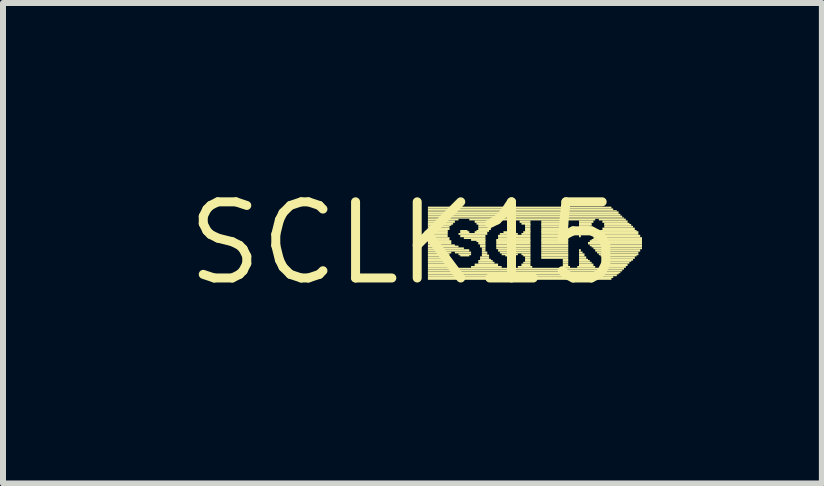
<source format=kicad_pcb>
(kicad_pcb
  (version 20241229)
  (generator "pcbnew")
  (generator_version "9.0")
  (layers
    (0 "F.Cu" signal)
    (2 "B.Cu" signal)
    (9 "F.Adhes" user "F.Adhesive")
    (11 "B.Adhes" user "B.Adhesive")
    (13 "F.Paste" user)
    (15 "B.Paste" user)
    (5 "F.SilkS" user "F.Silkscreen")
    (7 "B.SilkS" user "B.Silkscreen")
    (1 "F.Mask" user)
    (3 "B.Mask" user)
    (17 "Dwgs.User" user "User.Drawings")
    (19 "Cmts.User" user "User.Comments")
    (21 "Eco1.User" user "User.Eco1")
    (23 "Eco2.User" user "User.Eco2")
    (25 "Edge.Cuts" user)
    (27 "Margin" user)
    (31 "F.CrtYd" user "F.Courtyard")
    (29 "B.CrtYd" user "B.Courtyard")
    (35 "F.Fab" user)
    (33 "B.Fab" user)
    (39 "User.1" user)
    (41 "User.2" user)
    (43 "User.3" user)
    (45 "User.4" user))
  (footprint "SCLK15"
    (layer "F.Cu")
    (at 3.696 1.006)
    (property "Reference" "SCLK15" (at 0 0 0) (layer "F.SilkS") (effects (font (size 1.27 1.27) (thickness 0.15))))
    (fp_poly (pts (xy 0.39 -0.58) (xy 3.45 -0.58) (xy 3.45 -0.61) (xy 0.39 -0.61)) (stroke (width 0) (type solid)) (fill yes) (layer "F.SilkS"))
    (fp_poly (pts (xy 0.39 -0.55) (xy 3.48 -0.55) (xy 3.48 -0.58) (xy 0.39 -0.58)) (stroke (width 0) (type solid)) (fill yes) (layer "F.SilkS"))
    (fp_poly (pts (xy 0.39 -0.53) (xy 3.54 -0.53) (xy 3.54 -0.55) (xy 0.39 -0.55)) (stroke (width 0) (type solid)) (fill yes) (layer "F.SilkS"))
    (fp_poly (pts (xy 0.39 -0.49) (xy 3.57 -0.49) (xy 3.57 -0.53) (xy 0.39 -0.53)) (stroke (width 0) (type solid)) (fill yes) (layer "F.SilkS"))
    (fp_poly (pts (xy 0.39 -0.46) (xy 3.6 -0.46) (xy 3.6 -0.49) (xy 0.39 -0.49)) (stroke (width 0) (type solid)) (fill yes) (layer "F.SilkS"))
    (fp_poly (pts (xy 0.39 -0.43) (xy 3.63 -0.43) (xy 3.63 -0.46) (xy 0.39 -0.46)) (stroke (width 0) (type solid)) (fill yes) (layer "F.SilkS"))
    (fp_poly (pts (xy 0.39 -0.41) (xy 3.66 -0.41) (xy 3.66 -0.43) (xy 0.39 -0.43)) (stroke (width 0) (type solid)) (fill yes) (layer "F.SilkS"))
    (fp_poly (pts (xy 0.39 -0.38) (xy 0.9 -0.38) (xy 0.9 -0.41) (xy 0.39 -0.41)) (stroke (width 0) (type solid)) (fill yes) (layer "F.SilkS"))
    (fp_poly (pts (xy 0.39 -0.34) (xy 0.84 -0.34) (xy 0.84 -0.38) (xy 0.39 -0.38)) (stroke (width 0) (type solid)) (fill yes) (layer "F.SilkS"))
    (fp_poly (pts (xy 0.39 -0.31) (xy 0.81 -0.31) (xy 0.81 -0.34) (xy 0.39 -0.34)) (stroke (width 0) (type solid)) (fill yes) (layer "F.SilkS"))
    (fp_poly (pts (xy 0.39 -0.29) (xy 0.78 -0.29) (xy 0.78 -0.32) (xy 0.39 -0.32)) (stroke (width 0) (type solid)) (fill yes) (layer "F.SilkS"))
    (fp_poly (pts (xy 0.39 -0.26) (xy 0.75 -0.26) (xy 0.75 -0.29) (xy 0.39 -0.29)) (stroke (width 0) (type solid)) (fill yes) (layer "F.SilkS"))
    (fp_poly (pts (xy 0.39 -0.22) (xy 0.75 -0.22) (xy 0.75 -0.26) (xy 0.39 -0.26)) (stroke (width 0) (type solid)) (fill yes) (layer "F.SilkS"))
    (fp_poly (pts (xy 0.39 -0.19) (xy 0.72 -0.19) (xy 0.72 -0.22) (xy 0.39 -0.22)) (stroke (width 0) (type solid)) (fill yes) (layer "F.SilkS"))
    (fp_poly (pts (xy 0.39 -0.17) (xy 0.72 -0.17) (xy 0.72 -0.2) (xy 0.39 -0.2)) (stroke (width 0) (type solid)) (fill yes) (layer "F.SilkS"))
    (fp_poly (pts (xy 0.39 -0.14) (xy 0.72 -0.14) (xy 0.72 -0.17) (xy 0.39 -0.17)) (stroke (width 0) (type solid)) (fill yes) (layer "F.SilkS"))
    (fp_poly (pts (xy 0.39 -0.1) (xy 0.72 -0.1) (xy 0.72 -0.14) (xy 0.39 -0.14)) (stroke (width 0) (type solid)) (fill yes) (layer "F.SilkS"))
    (fp_poly (pts (xy 0.39 -0.07) (xy 0.75 -0.07) (xy 0.75 -0.1) (xy 0.39 -0.1)) (stroke (width 0) (type solid)) (fill yes) (layer "F.SilkS"))
    (fp_poly (pts (xy 0.39 -0.04) (xy 0.75 -0.04) (xy 0.75 -0.07) (xy 0.39 -0.07)) (stroke (width 0) (type solid)) (fill yes) (layer "F.SilkS"))
    (fp_poly (pts (xy 0.39 -0.02) (xy 0.78 -0.02) (xy 0.78 -0.05) (xy 0.39 -0.05)) (stroke (width 0) (type solid)) (fill yes) (layer "F.SilkS"))
    (fp_poly (pts (xy 0.39 0.02) (xy 0.78 0.02) (xy 0.78 -0.02) (xy 0.39 -0.02)) (stroke (width 0) (type solid)) (fill yes) (layer "F.SilkS"))
    (fp_poly (pts (xy 0.39 0.05) (xy 0.84 0.05) (xy 0.84 0.02) (xy 0.39 0.02)) (stroke (width 0) (type solid)) (fill yes) (layer "F.SilkS"))
    (fp_poly (pts (xy 0.39 0.07) (xy 0.9 0.07) (xy 0.9 0.04) (xy 0.39 0.04)) (stroke (width 0) (type solid)) (fill yes) (layer "F.SilkS"))
    (fp_poly (pts (xy 0.39 0.1) (xy 0.99 0.1) (xy 0.99 0.07) (xy 0.39 0.07)) (stroke (width 0) (type solid)) (fill yes) (layer "F.SilkS"))
    (fp_poly (pts (xy 0.39 0.14) (xy 1.08 0.14) (xy 1.08 0.1) (xy 0.39 0.1)) (stroke (width 0) (type solid)) (fill yes) (layer "F.SilkS"))
    (fp_poly (pts (xy 0.39 0.17) (xy 0.78 0.17) (xy 0.78 0.14) (xy 0.39 0.14)) (stroke (width 0) (type solid)) (fill yes) (layer "F.SilkS"))
    (fp_poly (pts (xy 0.39 0.2) (xy 0.75 0.2) (xy 0.75 0.17) (xy 0.39 0.17)) (stroke (width 0) (type solid)) (fill yes) (layer "F.SilkS"))
    (fp_poly (pts (xy 0.39 0.22) (xy 0.72 0.22) (xy 0.72 0.19) (xy 0.39 0.19)) (stroke (width 0) (type solid)) (fill yes) (layer "F.SilkS"))
    (fp_poly (pts (xy 0.39 0.26) (xy 0.72 0.26) (xy 0.72 0.22) (xy 0.39 0.22)) (stroke (width 0) (type solid)) (fill yes) (layer "F.SilkS"))
    (fp_poly (pts (xy 0.39 0.29) (xy 0.72 0.29) (xy 0.72 0.26) (xy 0.39 0.26)) (stroke (width 0) (type solid)) (fill yes) (layer "F.SilkS"))
    (fp_poly (pts (xy 0.39 0.31) (xy 0.75 0.31) (xy 0.75 0.28) (xy 0.39 0.28)) (stroke (width 0) (type solid)) (fill yes) (layer "F.SilkS"))
    (fp_poly (pts (xy 0.39 0.34) (xy 0.78 0.34) (xy 0.78 0.31) (xy 0.39 0.31)) (stroke (width 0) (type solid)) (fill yes) (layer "F.SilkS"))
    (fp_poly (pts (xy 0.39 0.38) (xy 0.81 0.38) (xy 0.81 0.34) (xy 0.39 0.34)) (stroke (width 0) (type solid)) (fill yes) (layer "F.SilkS"))
    (fp_poly (pts (xy 0.39 0.41) (xy 0.87 0.41) (xy 0.87 0.38) (xy 0.39 0.38)) (stroke (width 0) (type solid)) (fill yes) (layer "F.SilkS"))
    (fp_poly (pts (xy 0.39 0.44) (xy 3.66 0.44) (xy 3.66 0.41) (xy 0.39 0.41)) (stroke (width 0) (type solid)) (fill yes) (layer "F.SilkS"))
    (fp_poly (pts (xy 0.39 0.47) (xy 3.63 0.47) (xy 3.63 0.44) (xy 0.39 0.44)) (stroke (width 0) (type solid)) (fill yes) (layer "F.SilkS"))
    (fp_poly (pts (xy 0.39 0.5) (xy 3.6 0.5) (xy 3.6 0.47) (xy 0.39 0.47)) (stroke (width 0) (type solid)) (fill yes) (layer "F.SilkS"))
    (fp_poly (pts (xy 0.39 0.52) (xy 3.57 0.52) (xy 3.57 0.49) (xy 0.39 0.49)) (stroke (width 0) (type solid)) (fill yes) (layer "F.SilkS"))
    (fp_poly (pts (xy 0.39 0.55) (xy 3.54 0.55) (xy 3.54 0.52) (xy 0.39 0.52)) (stroke (width 0) (type solid)) (fill yes) (layer "F.SilkS"))
    (fp_poly (pts (xy 0.39 0.58) (xy 3.48 0.58) (xy 3.48 0.55) (xy 0.39 0.55)) (stroke (width 0) (type solid)) (fill yes) (layer "F.SilkS"))
    (fp_poly (pts (xy 0.39 0.61) (xy 3.45 0.61) (xy 3.45 0.58) (xy 0.39 0.58)) (stroke (width 0) (type solid)) (fill yes) (layer "F.SilkS"))
    (fp_poly (pts (xy 0.84 0.17) (xy 1.11 0.17) (xy 1.11 0.14) (xy 0.84 0.14)) (stroke (width 0) (type solid)) (fill yes) (layer "F.SilkS"))
    (fp_poly (pts (xy 0.9 -0.14) (xy 1.38 -0.14) (xy 1.38 -0.17) (xy 0.9 -0.17)) (stroke (width 0) (type solid)) (fill yes) (layer "F.SilkS"))
    (fp_poly (pts (xy 0.9 0.2) (xy 1.11 0.2) (xy 1.11 0.17) (xy 0.9 0.17)) (stroke (width 0) (type solid)) (fill yes) (layer "F.SilkS"))
    (fp_poly (pts (xy 0.93 -0.19) (xy 1.05 -0.19) (xy 1.05 -0.22) (xy 0.93 -0.22)) (stroke (width 0) (type solid)) (fill yes) (layer "F.SilkS"))
    (fp_poly (pts (xy 0.93 -0.17) (xy 1.08 -0.17) (xy 1.08 -0.2) (xy 0.93 -0.2)) (stroke (width 0) (type solid)) (fill yes) (layer "F.SilkS"))
    (fp_poly (pts (xy 0.93 -0.1) (xy 1.35 -0.1) (xy 1.35 -0.14) (xy 0.93 -0.14)) (stroke (width 0) (type solid)) (fill yes) (layer "F.SilkS"))
    (fp_poly (pts (xy 0.93 0.22) (xy 1.08 0.22) (xy 1.08 0.19) (xy 0.93 0.19)) (stroke (width 0) (type solid)) (fill yes) (layer "F.SilkS"))
    (fp_poly (pts (xy 0.99 -0.07) (xy 1.35 -0.07) (xy 1.35 -0.1) (xy 0.99 -0.1)) (stroke (width 0) (type solid)) (fill yes) (layer "F.SilkS"))
    (fp_poly (pts (xy 1.08 -0.38) (xy 1.71 -0.38) (xy 1.71 -0.41) (xy 1.08 -0.41)) (stroke (width 0) (type solid)) (fill yes) (layer "F.SilkS"))
    (fp_poly (pts (xy 1.11 -0.04) (xy 1.35 -0.04) (xy 1.35 -0.07) (xy 1.11 -0.07)) (stroke (width 0) (type solid)) (fill yes) (layer "F.SilkS"))
    (fp_poly (pts (xy 1.11 0.41) (xy 1.62 0.41) (xy 1.62 0.38) (xy 1.11 0.38)) (stroke (width 0) (type solid)) (fill yes) (layer "F.SilkS"))
    (fp_poly (pts (xy 1.17 -0.34) (xy 1.59 -0.34) (xy 1.59 -0.38) (xy 1.17 -0.38)) (stroke (width 0) (type solid)) (fill yes) (layer "F.SilkS"))
    (fp_poly (pts (xy 1.17 -0.17) (xy 1.38 -0.17) (xy 1.38 -0.2) (xy 1.17 -0.2)) (stroke (width 0) (type solid)) (fill yes) (layer "F.SilkS"))
    (fp_poly (pts (xy 1.17 0.38) (xy 1.56 0.38) (xy 1.56 0.34) (xy 1.17 0.34)) (stroke (width 0) (type solid)) (fill yes) (layer "F.SilkS"))
    (fp_poly (pts (xy 1.2 -0.31) (xy 1.53 -0.31) (xy 1.53 -0.34) (xy 1.2 -0.34)) (stroke (width 0) (type solid)) (fill yes) (layer "F.SilkS"))
    (fp_poly (pts (xy 1.2 -0.19) (xy 1.41 -0.19) (xy 1.41 -0.22) (xy 1.2 -0.22)) (stroke (width 0) (type solid)) (fill yes) (layer "F.SilkS"))
    (fp_poly (pts (xy 1.2 -0.02) (xy 1.35 -0.02) (xy 1.35 -0.05) (xy 1.2 -0.05)) (stroke (width 0) (type solid)) (fill yes) (layer "F.SilkS"))
    (fp_poly (pts (xy 1.23 -0.29) (xy 1.5 -0.29) (xy 1.5 -0.32) (xy 1.23 -0.32)) (stroke (width 0) (type solid)) (fill yes) (layer "F.SilkS"))
    (fp_poly (pts (xy 1.23 -0.26) (xy 1.44 -0.26) (xy 1.44 -0.29) (xy 1.23 -0.29)) (stroke (width 0) (type solid)) (fill yes) (layer "F.SilkS"))
    (fp_poly (pts (xy 1.23 -0.22) (xy 1.44 -0.22) (xy 1.44 -0.26) (xy 1.23 -0.26)) (stroke (width 0) (type solid)) (fill yes) (layer "F.SilkS"))
    (fp_poly (pts (xy 1.23 0.02) (xy 1.35 0.02) (xy 1.35 -0.02) (xy 1.23 -0.02)) (stroke (width 0) (type solid)) (fill yes) (layer "F.SilkS"))
    (fp_poly (pts (xy 1.23 0.31) (xy 1.47 0.31) (xy 1.47 0.28) (xy 1.23 0.28)) (stroke (width 0) (type solid)) (fill yes) (layer "F.SilkS"))
    (fp_poly (pts (xy 1.23 0.34) (xy 1.5 0.34) (xy 1.5 0.31) (xy 1.23 0.31)) (stroke (width 0) (type solid)) (fill yes) (layer "F.SilkS"))
    (fp_poly (pts (xy 1.26 0.05) (xy 1.35 0.05) (xy 1.35 0.02) (xy 1.26 0.02)) (stroke (width 0) (type solid)) (fill yes) (layer "F.SilkS"))
    (fp_poly (pts (xy 1.26 0.07) (xy 1.35 0.07) (xy 1.35 0.04) (xy 1.26 0.04)) (stroke (width 0) (type solid)) (fill yes) (layer "F.SilkS"))
    (fp_poly (pts (xy 1.26 0.26) (xy 1.41 0.26) (xy 1.41 0.22) (xy 1.26 0.22)) (stroke (width 0) (type solid)) (fill yes) (layer "F.SilkS"))
    (fp_poly (pts (xy 1.26 0.29) (xy 1.44 0.29) (xy 1.44 0.26) (xy 1.26 0.26)) (stroke (width 0) (type solid)) (fill yes) (layer "F.SilkS"))
    (fp_poly (pts (xy 1.29 0.1) (xy 1.35 0.1) (xy 1.35 0.07) (xy 1.29 0.07)) (stroke (width 0) (type solid)) (fill yes) (layer "F.SilkS"))
    (fp_poly (pts (xy 1.29 0.14) (xy 1.35 0.14) (xy 1.35 0.1) (xy 1.29 0.1)) (stroke (width 0) (type solid)) (fill yes) (layer "F.SilkS"))
    (fp_poly (pts (xy 1.29 0.17) (xy 1.38 0.17) (xy 1.38 0.14) (xy 1.29 0.14)) (stroke (width 0) (type solid)) (fill yes) (layer "F.SilkS"))
    (fp_poly (pts (xy 1.29 0.2) (xy 1.38 0.2) (xy 1.38 0.17) (xy 1.29 0.17)) (stroke (width 0) (type solid)) (fill yes) (layer "F.SilkS"))
    (fp_poly (pts (xy 1.29 0.22) (xy 1.41 0.22) (xy 1.41 0.19) (xy 1.29 0.19)) (stroke (width 0) (type solid)) (fill yes) (layer "F.SilkS"))
    (fp_poly (pts (xy 1.53 -0.04) (xy 2.1 -0.04) (xy 2.1 -0.07) (xy 1.53 -0.07)) (stroke (width 0) (type solid)) (fill yes) (layer "F.SilkS"))
    (fp_poly (pts (xy 1.53 -0.02) (xy 2.1 -0.02) (xy 2.1 -0.05) (xy 1.53 -0.05)) (stroke (width 0) (type solid)) (fill yes) (layer "F.SilkS"))
    (fp_poly (pts (xy 1.53 0.02) (xy 2.1 0.02) (xy 2.1 -0.02) (xy 1.53 -0.02)) (stroke (width 0) (type solid)) (fill yes) (layer "F.SilkS"))
    (fp_poly (pts (xy 1.53 0.05) (xy 2.1 0.05) (xy 2.1 0.02) (xy 1.53 0.02)) (stroke (width 0) (type solid)) (fill yes) (layer "F.SilkS"))
    (fp_poly (pts (xy 1.53 0.07) (xy 2.1 0.07) (xy 2.1 0.04) (xy 1.53 0.04)) (stroke (width 0) (type solid)) (fill yes) (layer "F.SilkS"))
    (fp_poly (pts (xy 1.53 0.1) (xy 2.1 0.1) (xy 2.1 0.07) (xy 1.53 0.07)) (stroke (width 0) (type solid)) (fill yes) (layer "F.SilkS"))
    (fp_poly (pts (xy 1.56 -0.1) (xy 2.1 -0.1) (xy 2.1 -0.14) (xy 1.56 -0.14)) (stroke (width 0) (type solid)) (fill yes) (layer "F.SilkS"))
    (fp_poly (pts (xy 1.56 -0.07) (xy 2.1 -0.07) (xy 2.1 -0.1) (xy 1.56 -0.1)) (stroke (width 0) (type solid)) (fill yes) (layer "F.SilkS"))
    (fp_poly (pts (xy 1.56 0.14) (xy 2.1 0.14) (xy 2.1 0.1) (xy 1.56 0.1)) (stroke (width 0) (type solid)) (fill yes) (layer "F.SilkS"))
    (fp_poly (pts (xy 1.59 -0.14) (xy 1.89 -0.14) (xy 1.89 -0.17) (xy 1.59 -0.17)) (stroke (width 0) (type solid)) (fill yes) (layer "F.SilkS"))
    (fp_poly (pts (xy 1.59 0.17) (xy 2.1 0.17) (xy 2.1 0.14) (xy 1.59 0.14)) (stroke (width 0) (type solid)) (fill yes) (layer "F.SilkS"))
    (fp_poly (pts (xy 1.62 0.2) (xy 1.89 0.2) (xy 1.89 0.17) (xy 1.62 0.17)) (stroke (width 0) (type solid)) (fill yes) (layer "F.SilkS"))
    (fp_poly (pts (xy 1.65 -0.17) (xy 1.86 -0.17) (xy 1.86 -0.2) (xy 1.65 -0.2)) (stroke (width 0) (type solid)) (fill yes) (layer "F.SilkS"))
    (fp_poly (pts (xy 1.68 0.22) (xy 1.83 0.22) (xy 1.83 0.19) (xy 1.68 0.19)) (stroke (width 0) (type solid)) (fill yes) (layer "F.SilkS"))
    (fp_poly (pts (xy 1.8 -0.38) (xy 3.18 -0.38) (xy 3.18 -0.41) (xy 1.8 -0.41)) (stroke (width 0) (type solid)) (fill yes) (layer "F.SilkS"))
    (fp_poly (pts (xy 1.89 0.41) (xy 2.13 0.41) (xy 2.13 0.38) (xy 1.89 0.38)) (stroke (width 0) (type solid)) (fill yes) (layer "F.SilkS"))
    (fp_poly (pts (xy 1.92 -0.34) (xy 2.1 -0.34) (xy 2.1 -0.38) (xy 1.92 -0.38)) (stroke (width 0) (type solid)) (fill yes) (layer "F.SilkS"))
    (fp_poly (pts (xy 1.95 -0.31) (xy 2.1 -0.31) (xy 2.1 -0.34) (xy 1.95 -0.34)) (stroke (width 0) (type solid)) (fill yes) (layer "F.SilkS"))
    (fp_poly (pts (xy 1.95 -0.14) (xy 2.1 -0.14) (xy 2.1 -0.17) (xy 1.95 -0.17)) (stroke (width 0) (type solid)) (fill yes) (layer "F.SilkS"))
    (fp_poly (pts (xy 1.95 0.2) (xy 2.1 0.2) (xy 2.1 0.17) (xy 1.95 0.17)) (stroke (width 0) (type solid)) (fill yes) (layer "F.SilkS"))
    (fp_poly (pts (xy 1.95 0.38) (xy 2.1 0.38) (xy 2.1 0.34) (xy 1.95 0.34)) (stroke (width 0) (type solid)) (fill yes) (layer "F.SilkS"))
    (fp_poly (pts (xy 1.98 -0.17) (xy 2.1 -0.17) (xy 2.1 -0.2) (xy 1.98 -0.2)) (stroke (width 0) (type solid)) (fill yes) (layer "F.SilkS"))
    (fp_poly (pts (xy 1.98 0.22) (xy 2.1 0.22) (xy 2.1 0.19) (xy 1.98 0.19)) (stroke (width 0) (type solid)) (fill yes) (layer "F.SilkS"))
    (fp_poly (pts (xy 1.98 0.34) (xy 2.1 0.34) (xy 2.1 0.31) (xy 1.98 0.31)) (stroke (width 0) (type solid)) (fill yes) (layer "F.SilkS"))
    (fp_poly (pts (xy 2.01 -0.29) (xy 2.1 -0.29) (xy 2.1 -0.32) (xy 2.01 -0.32)) (stroke (width 0) (type solid)) (fill yes) (layer "F.SilkS"))
    (fp_poly (pts (xy 2.01 -0.26) (xy 2.1 -0.26) (xy 2.1 -0.29) (xy 2.01 -0.29)) (stroke (width 0) (type solid)) (fill yes) (layer "F.SilkS"))
    (fp_poly (pts (xy 2.01 -0.22) (xy 2.1 -0.22) (xy 2.1 -0.26) (xy 2.01 -0.26)) (stroke (width 0) (type solid)) (fill yes) (layer "F.SilkS"))
    (fp_poly (pts (xy 2.01 -0.19) (xy 2.1 -0.19) (xy 2.1 -0.22) (xy 2.01 -0.22)) (stroke (width 0) (type solid)) (fill yes) (layer "F.SilkS"))
    (fp_poly (pts (xy 2.01 0.26) (xy 2.1 0.26) (xy 2.1 0.22) (xy 2.01 0.22)) (stroke (width 0) (type solid)) (fill yes) (layer "F.SilkS"))
    (fp_poly (pts (xy 2.01 0.29) (xy 2.1 0.29) (xy 2.1 0.26) (xy 2.01 0.26)) (stroke (width 0) (type solid)) (fill yes) (layer "F.SilkS"))
    (fp_poly (pts (xy 2.01 0.31) (xy 2.1 0.31) (xy 2.1 0.28) (xy 2.01 0.28)) (stroke (width 0) (type solid)) (fill yes) (layer "F.SilkS"))
    (fp_poly (pts (xy 2.28 -0.34) (xy 2.73 -0.34) (xy 2.73 -0.38) (xy 2.28 -0.38)) (stroke (width 0) (type solid)) (fill yes) (layer "F.SilkS"))
    (fp_poly (pts (xy 2.28 -0.31) (xy 2.73 -0.31) (xy 2.73 -0.34) (xy 2.28 -0.34)) (stroke (width 0) (type solid)) (fill yes) (layer "F.SilkS"))
    (fp_poly (pts (xy 2.28 -0.29) (xy 2.73 -0.29) (xy 2.73 -0.32) (xy 2.28 -0.32)) (stroke (width 0) (type solid)) (fill yes) (layer "F.SilkS"))
    (fp_poly (pts (xy 2.28 -0.26) (xy 2.73 -0.26) (xy 2.73 -0.29) (xy 2.28 -0.29)) (stroke (width 0) (type solid)) (fill yes) (layer "F.SilkS"))
    (fp_poly (pts (xy 2.28 -0.22) (xy 2.73 -0.22) (xy 2.73 -0.26) (xy 2.28 -0.26)) (stroke (width 0) (type solid)) (fill yes) (layer "F.SilkS"))
    (fp_poly (pts (xy 2.28 -0.19) (xy 2.73 -0.19) (xy 2.73 -0.22) (xy 2.28 -0.22)) (stroke (width 0) (type solid)) (fill yes) (layer "F.SilkS"))
    (fp_poly (pts (xy 2.28 -0.17) (xy 2.73 -0.17) (xy 2.73 -0.2) (xy 2.28 -0.2)) (stroke (width 0) (type solid)) (fill yes) (layer "F.SilkS"))
    (fp_poly (pts (xy 2.28 -0.14) (xy 2.73 -0.14) (xy 2.73 -0.17) (xy 2.28 -0.17)) (stroke (width 0) (type solid)) (fill yes) (layer "F.SilkS"))
    (fp_poly (pts (xy 2.28 -0.1) (xy 2.73 -0.1) (xy 2.73 -0.14) (xy 2.28 -0.14)) (stroke (width 0) (type solid)) (fill yes) (layer "F.SilkS"))
    (fp_poly (pts (xy 2.28 -0.07) (xy 2.73 -0.07) (xy 2.73 -0.1) (xy 2.28 -0.1)) (stroke (width 0) (type solid)) (fill yes) (layer "F.SilkS"))
    (fp_poly (pts (xy 2.28 -0.04) (xy 2.73 -0.04) (xy 2.73 -0.07) (xy 2.28 -0.07)) (stroke (width 0) (type solid)) (fill yes) (layer "F.SilkS"))
    (fp_poly (pts (xy 2.28 -0.02) (xy 2.73 -0.02) (xy 2.73 -0.05) (xy 2.28 -0.05)) (stroke (width 0) (type solid)) (fill yes) (layer "F.SilkS"))
    (fp_poly (pts (xy 2.28 0.02) (xy 2.73 0.02) (xy 2.73 -0.02) (xy 2.28 -0.02)) (stroke (width 0) (type solid)) (fill yes) (layer "F.SilkS"))
    (fp_poly (pts (xy 2.28 0.05) (xy 2.73 0.05) (xy 2.73 0.02) (xy 2.28 0.02)) (stroke (width 0) (type solid)) (fill yes) (layer "F.SilkS"))
    (fp_poly (pts (xy 2.28 0.07) (xy 2.73 0.07) (xy 2.73 0.04) (xy 2.28 0.04)) (stroke (width 0) (type solid)) (fill yes) (layer "F.SilkS"))
    (fp_poly (pts (xy 2.28 0.1) (xy 2.73 0.1) (xy 2.73 0.07) (xy 2.28 0.07)) (stroke (width 0) (type solid)) (fill yes) (layer "F.SilkS"))
    (fp_poly (pts (xy 2.28 0.14) (xy 2.73 0.14) (xy 2.73 0.1) (xy 2.28 0.1)) (stroke (width 0) (type solid)) (fill yes) (layer "F.SilkS"))
    (fp_poly (pts (xy 2.28 0.17) (xy 2.73 0.17) (xy 2.73 0.14) (xy 2.28 0.14)) (stroke (width 0) (type solid)) (fill yes) (layer "F.SilkS"))
    (fp_poly (pts (xy 2.28 0.2) (xy 2.73 0.2) (xy 2.73 0.17) (xy 2.28 0.17)) (stroke (width 0) (type solid)) (fill yes) (layer "F.SilkS"))
    (fp_poly (pts (xy 2.28 0.22) (xy 2.73 0.22) (xy 2.73 0.19) (xy 2.28 0.19)) (stroke (width 0) (type solid)) (fill yes) (layer "F.SilkS"))
    (fp_poly (pts (xy 2.28 0.26) (xy 2.73 0.26) (xy 2.73 0.22) (xy 2.28 0.22)) (stroke (width 0) (type solid)) (fill yes) (layer "F.SilkS"))
    (fp_poly (pts (xy 2.64 0.29) (xy 2.73 0.29) (xy 2.73 0.26) (xy 2.64 0.26)) (stroke (width 0) (type solid)) (fill yes) (layer "F.SilkS"))
    (fp_poly (pts (xy 2.64 0.31) (xy 2.73 0.31) (xy 2.73 0.28) (xy 2.64 0.28)) (stroke (width 0) (type solid)) (fill yes) (layer "F.SilkS"))
    (fp_poly (pts (xy 2.64 0.34) (xy 2.73 0.34) (xy 2.73 0.31) (xy 2.64 0.31)) (stroke (width 0) (type solid)) (fill yes) (layer "F.SilkS"))
    (fp_poly (pts (xy 2.64 0.38) (xy 2.73 0.38) (xy 2.73 0.34) (xy 2.64 0.34)) (stroke (width 0) (type solid)) (fill yes) (layer "F.SilkS"))
    (fp_poly (pts (xy 2.64 0.41) (xy 2.76 0.41) (xy 2.76 0.38) (xy 2.64 0.38)) (stroke (width 0) (type solid)) (fill yes) (layer "F.SilkS"))
    (fp_poly (pts (xy 2.88 0.41) (xy 3.18 0.41) (xy 3.18 0.38) (xy 2.88 0.38)) (stroke (width 0) (type solid)) (fill yes) (layer "F.SilkS"))
    (fp_poly (pts (xy 2.91 -0.34) (xy 3.15 -0.34) (xy 3.15 -0.38) (xy 2.91 -0.38)) (stroke (width 0) (type solid)) (fill yes) (layer "F.SilkS"))
    (fp_poly (pts (xy 2.91 -0.31) (xy 3.12 -0.31) (xy 3.12 -0.34) (xy 2.91 -0.34)) (stroke (width 0) (type solid)) (fill yes) (layer "F.SilkS"))
    (fp_poly (pts (xy 2.91 -0.29) (xy 3.12 -0.29) (xy 3.12 -0.32) (xy 2.91 -0.32)) (stroke (width 0) (type solid)) (fill yes) (layer "F.SilkS"))
    (fp_poly (pts (xy 2.91 -0.26) (xy 3.09 -0.26) (xy 3.09 -0.29) (xy 2.91 -0.29)) (stroke (width 0) (type solid)) (fill yes) (layer "F.SilkS"))
    (fp_poly (pts (xy 2.91 -0.22) (xy 3.06 -0.22) (xy 3.06 -0.26) (xy 2.91 -0.26)) (stroke (width 0) (type solid)) (fill yes) (layer "F.SilkS"))
    (fp_poly (pts (xy 2.91 -0.19) (xy 3.03 -0.19) (xy 3.03 -0.22) (xy 2.91 -0.22)) (stroke (width 0) (type solid)) (fill yes) (layer "F.SilkS"))
    (fp_poly (pts (xy 2.91 -0.17) (xy 3 -0.17) (xy 3 -0.2) (xy 2.91 -0.2)) (stroke (width 0) (type solid)) (fill yes) (layer "F.SilkS"))
    (fp_poly (pts (xy 2.91 -0.14) (xy 2.97 -0.14) (xy 2.97 -0.17) (xy 2.91 -0.17)) (stroke (width 0) (type solid)) (fill yes) (layer "F.SilkS"))
    (fp_poly (pts (xy 2.91 -0.1) (xy 2.94 -0.1) (xy 2.94 -0.14) (xy 2.91 -0.14)) (stroke (width 0) (type solid)) (fill yes) (layer "F.SilkS"))
    (fp_poly (pts (xy 2.91 0.14) (xy 2.94 0.14) (xy 2.94 0.1) (xy 2.91 0.1)) (stroke (width 0) (type solid)) (fill yes) (layer "F.SilkS"))
    (fp_poly (pts (xy 2.91 0.17) (xy 2.97 0.17) (xy 2.97 0.14) (xy 2.91 0.14)) (stroke (width 0) (type solid)) (fill yes) (layer "F.SilkS"))
    (fp_poly (pts (xy 2.91 0.2) (xy 3 0.2) (xy 3 0.17) (xy 2.91 0.17)) (stroke (width 0) (type solid)) (fill yes) (layer "F.SilkS"))
    (fp_poly (pts (xy 2.91 0.22) (xy 3 0.22) (xy 3 0.19) (xy 2.91 0.19)) (stroke (width 0) (type solid)) (fill yes) (layer "F.SilkS"))
    (fp_poly (pts (xy 2.91 0.26) (xy 3.03 0.26) (xy 3.03 0.22) (xy 2.91 0.22)) (stroke (width 0) (type solid)) (fill yes) (layer "F.SilkS"))
    (fp_poly (pts (xy 2.91 0.29) (xy 3.06 0.29) (xy 3.06 0.26) (xy 2.91 0.26)) (stroke (width 0) (type solid)) (fill yes) (layer "F.SilkS"))
    (fp_poly (pts (xy 2.91 0.31) (xy 3.09 0.31) (xy 3.09 0.28) (xy 2.91 0.28)) (stroke (width 0) (type solid)) (fill yes) (layer "F.SilkS"))
    (fp_poly (pts (xy 2.91 0.34) (xy 3.12 0.34) (xy 3.12 0.31) (xy 2.91 0.31)) (stroke (width 0) (type solid)) (fill yes) (layer "F.SilkS"))
    (fp_poly (pts (xy 2.91 0.38) (xy 3.15 0.38) (xy 3.15 0.34) (xy 2.91 0.34)) (stroke (width 0) (type solid)) (fill yes) (layer "F.SilkS"))
    (fp_poly (pts (xy 3.06 0.02) (xy 3.96 0.02) (xy 3.96 -0.02) (xy 3.06 -0.02)) (stroke (width 0) (type solid)) (fill yes) (layer "F.SilkS"))
    (fp_poly (pts (xy 3.09 -0.02) (xy 3.96 -0.02) (xy 3.96 -0.05) (xy 3.09 -0.05)) (stroke (width 0) (type solid)) (fill yes) (layer "F.SilkS"))
    (fp_poly (pts (xy 3.09 0.05) (xy 3.96 0.05) (xy 3.96 0.02) (xy 3.09 0.02)) (stroke (width 0) (type solid)) (fill yes) (layer "F.SilkS"))
    (fp_poly (pts (xy 3.12 -0.04) (xy 3.96 -0.04) (xy 3.96 -0.07) (xy 3.12 -0.07)) (stroke (width 0) (type solid)) (fill yes) (layer "F.SilkS"))
    (fp_poly (pts (xy 3.12 0.07) (xy 3.96 0.07) (xy 3.96 0.04) (xy 3.12 0.04)) (stroke (width 0) (type solid)) (fill yes) (layer "F.SilkS"))
    (fp_poly (pts (xy 3.15 -0.07) (xy 3.96 -0.07) (xy 3.96 -0.1) (xy 3.15 -0.1)) (stroke (width 0) (type solid)) (fill yes) (layer "F.SilkS"))
    (fp_poly (pts (xy 3.15 0.1) (xy 3.96 0.1) (xy 3.96 0.07) (xy 3.15 0.07)) (stroke (width 0) (type solid)) (fill yes) (layer "F.SilkS"))
    (fp_poly (pts (xy 3.18 -0.1) (xy 3.93 -0.1) (xy 3.93 -0.14) (xy 3.18 -0.14)) (stroke (width 0) (type solid)) (fill yes) (layer "F.SilkS"))
    (fp_poly (pts (xy 3.18 0.14) (xy 3.93 0.14) (xy 3.93 0.1) (xy 3.18 0.1)) (stroke (width 0) (type solid)) (fill yes) (layer "F.SilkS"))
    (fp_poly (pts (xy 3.21 -0.14) (xy 3.9 -0.14) (xy 3.9 -0.17) (xy 3.21 -0.17)) (stroke (width 0) (type solid)) (fill yes) (layer "F.SilkS"))
    (fp_poly (pts (xy 3.21 0.17) (xy 3.9 0.17) (xy 3.9 0.14) (xy 3.21 0.14)) (stroke (width 0) (type solid)) (fill yes) (layer "F.SilkS"))
    (fp_poly (pts (xy 3.24 -0.38) (xy 3.69 -0.38) (xy 3.69 -0.41) (xy 3.24 -0.41)) (stroke (width 0) (type solid)) (fill yes) (layer "F.SilkS"))
    (fp_poly (pts (xy 3.24 -0.17) (xy 3.9 -0.17) (xy 3.9 -0.2) (xy 3.24 -0.2)) (stroke (width 0) (type solid)) (fill yes) (layer "F.SilkS"))
    (fp_poly (pts (xy 3.24 0.2) (xy 3.9 0.2) (xy 3.9 0.17) (xy 3.24 0.17)) (stroke (width 0) (type solid)) (fill yes) (layer "F.SilkS"))
    (fp_poly (pts (xy 3.27 -0.19) (xy 3.87 -0.19) (xy 3.87 -0.22) (xy 3.27 -0.22)) (stroke (width 0) (type solid)) (fill yes) (layer "F.SilkS"))
    (fp_poly (pts (xy 3.27 0.22) (xy 3.87 0.22) (xy 3.87 0.19) (xy 3.27 0.19)) (stroke (width 0) (type solid)) (fill yes) (layer "F.SilkS"))
    (fp_poly (pts (xy 3.27 0.41) (xy 3.69 0.41) (xy 3.69 0.38) (xy 3.27 0.38)) (stroke (width 0) (type solid)) (fill yes) (layer "F.SilkS"))
    (fp_poly (pts (xy 3.3 -0.34) (xy 3.72 -0.34) (xy 3.72 -0.38) (xy 3.3 -0.38)) (stroke (width 0) (type solid)) (fill yes) (layer "F.SilkS"))
    (fp_poly (pts (xy 3.3 -0.22) (xy 3.84 -0.22) (xy 3.84 -0.26) (xy 3.3 -0.26)) (stroke (width 0) (type solid)) (fill yes) (layer "F.SilkS"))
    (fp_poly (pts (xy 3.3 0.26) (xy 3.84 0.26) (xy 3.84 0.22) (xy 3.3 0.22)) (stroke (width 0) (type solid)) (fill yes) (layer "F.SilkS"))
    (fp_poly (pts (xy 3.3 0.29) (xy 3.81 0.29) (xy 3.81 0.26) (xy 3.3 0.26)) (stroke (width 0) (type solid)) (fill yes) (layer "F.SilkS"))
    (fp_poly (pts (xy 3.3 0.38) (xy 3.72 0.38) (xy 3.72 0.34) (xy 3.3 0.34)) (stroke (width 0) (type solid)) (fill yes) (layer "F.SilkS"))
    (fp_poly (pts (xy 3.33 -0.31) (xy 3.75 -0.31) (xy 3.75 -0.34) (xy 3.33 -0.34)) (stroke (width 0) (type solid)) (fill yes) (layer "F.SilkS"))
    (fp_poly (pts (xy 3.33 -0.29) (xy 3.78 -0.29) (xy 3.78 -0.32) (xy 3.33 -0.32)) (stroke (width 0) (type solid)) (fill yes) (layer "F.SilkS"))
    (fp_poly (pts (xy 3.33 -0.26) (xy 3.81 -0.26) (xy 3.81 -0.29) (xy 3.33 -0.29)) (stroke (width 0) (type solid)) (fill yes) (layer "F.SilkS"))
    (fp_poly (pts (xy 3.33 0.31) (xy 3.78 0.31) (xy 3.78 0.28) (xy 3.33 0.28)) (stroke (width 0) (type solid)) (fill yes) (layer "F.SilkS"))
    (fp_poly (pts (xy 3.33 0.34) (xy 3.75 0.34) (xy 3.75 0.31) (xy 3.33 0.31)) (stroke (width 0) (type solid)) (fill yes) (layer "F.SilkS")))
  (gr_rect
    (start -3 -3)
    (end 10.656 5.012)
    (stroke (width 0.1) (type default))
    (fill no)
    (layer "Edge.Cuts")))
</source>
